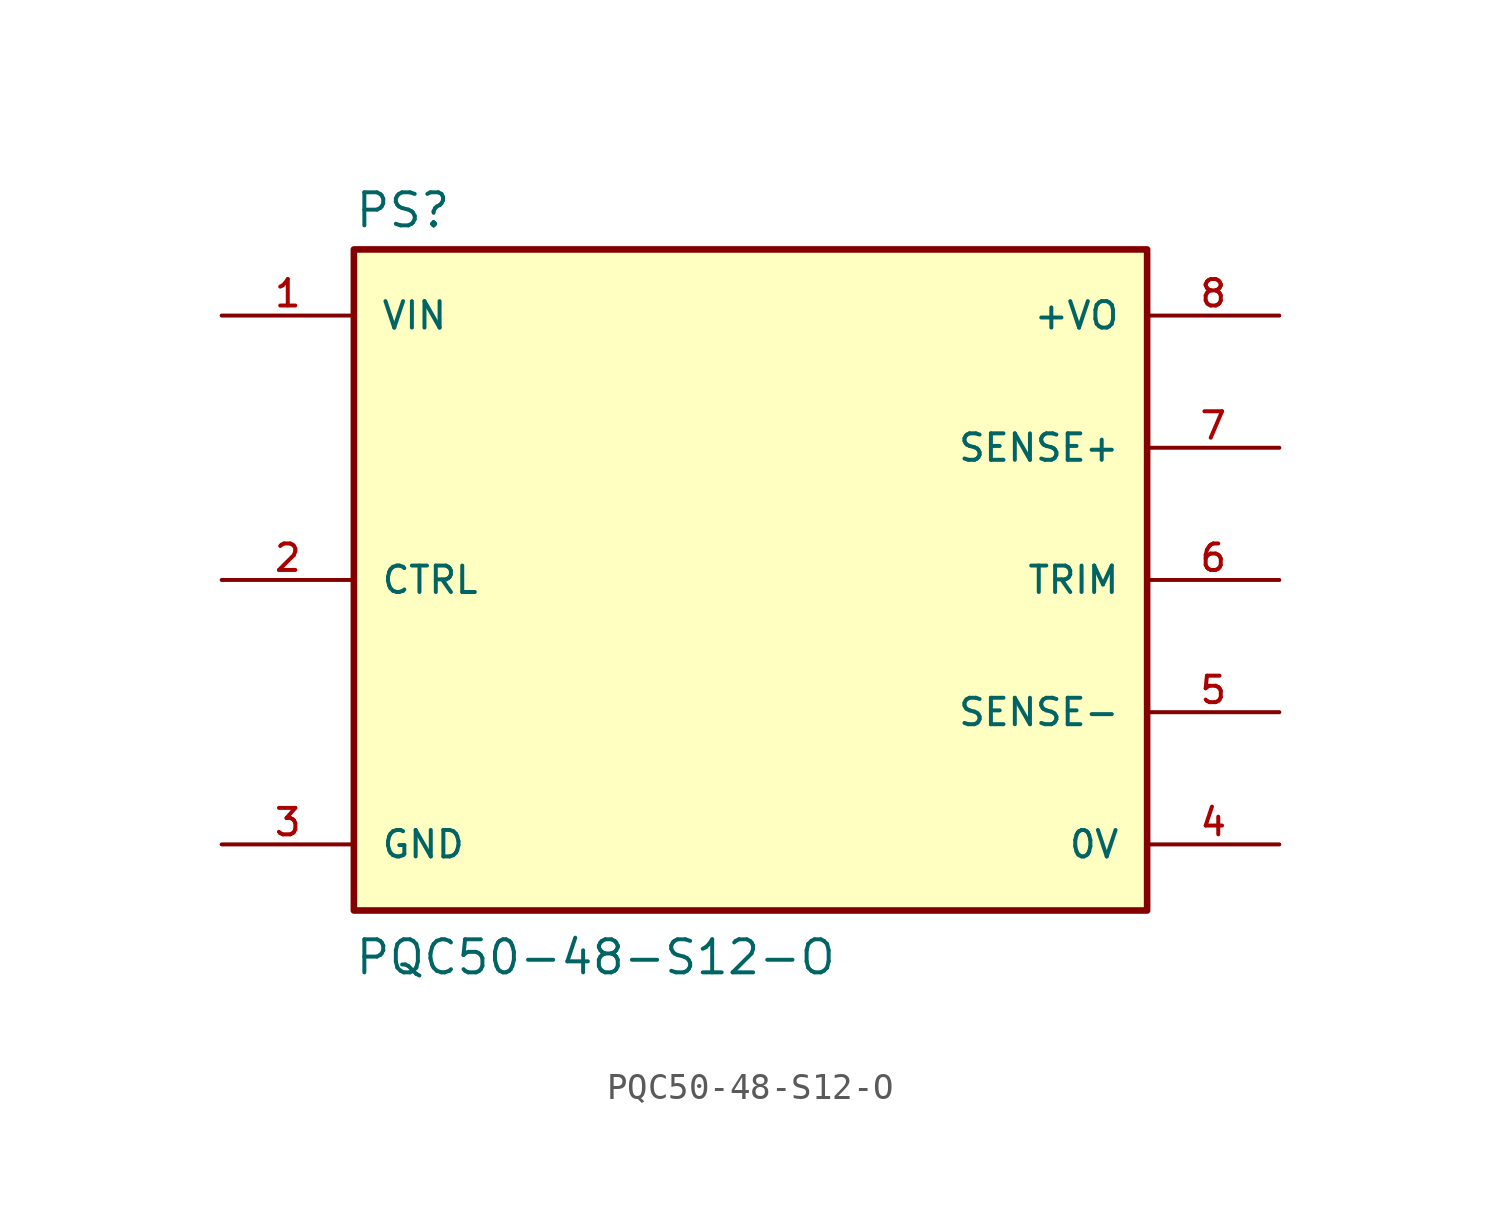
<source format=kicad_sym>
(kicad_symbol_lib
  (version 20211014)
  (generator kicad_symbol_editor)
  (symbol "PQC50-48-S12-O"
    (pin_names
      (offset 1.016))
    (property "Reference" "PS"
      (at -15.24 13.462 0)
      (effects (font (size 1.27 1.27)) (justify bottom left)))
    (property "Value" "PQC50-48-S12-O"
      (at -15.24 -15.24 0)
      (effects (font (size 1.27 1.27)) (justify bottom left)))
    (symbol "PQC50-48-S12-O_0_0"
      (rectangle (start -15.24 -12.7) (end 15.24 12.7) (stroke (width 0.254)) (fill (type background)))
      (pin input line (at -20.32 10.16 0) (length 5.08) (name "VIN" (effects (font (size 1.016 1.016)))) (number "1" (effects (font (size 1.016 1.016)))))
      (pin input line (at -20.32 0.0 0) (length 5.08) (name "CTRL" (effects (font (size 1.016 1.016)))) (number "2" (effects (font (size 1.016 1.016)))))
      (pin power_in line (at -20.32 -10.16 0) (length 5.08) (name "GND" (effects (font (size 1.016 1.016)))) (number "3" (effects (font (size 1.016 1.016)))))
      (pin power_in line (at 20.32 -10.16 180.0) (length 5.08) (name "0V" (effects (font (size 1.016 1.016)))) (number "4" (effects (font (size 1.016 1.016)))))
      (pin power_in line (at 20.32 10.16 180.0) (length 5.08) (name "+VO" (effects (font (size 1.016 1.016)))) (number "8" (effects (font (size 1.016 1.016)))))
      (pin passive line (at 20.32 0.0 180.0) (length 5.08) (name "TRIM" (effects (font (size 1.016 1.016)))) (number "6" (effects (font (size 1.016 1.016)))))
      (pin passive line (at 20.32 5.08 180.0) (length 5.08) (name "SENSE+" (effects (font (size 1.016 1.016)))) (number "7" (effects (font (size 1.016 1.016)))))
      (pin passive line (at 20.32 -5.08 180.0) (length 5.08) (name "SENSE-" (effects (font (size 1.016 1.016)))) (number "5" (effects (font (size 1.016 1.016))))))))
</source>
